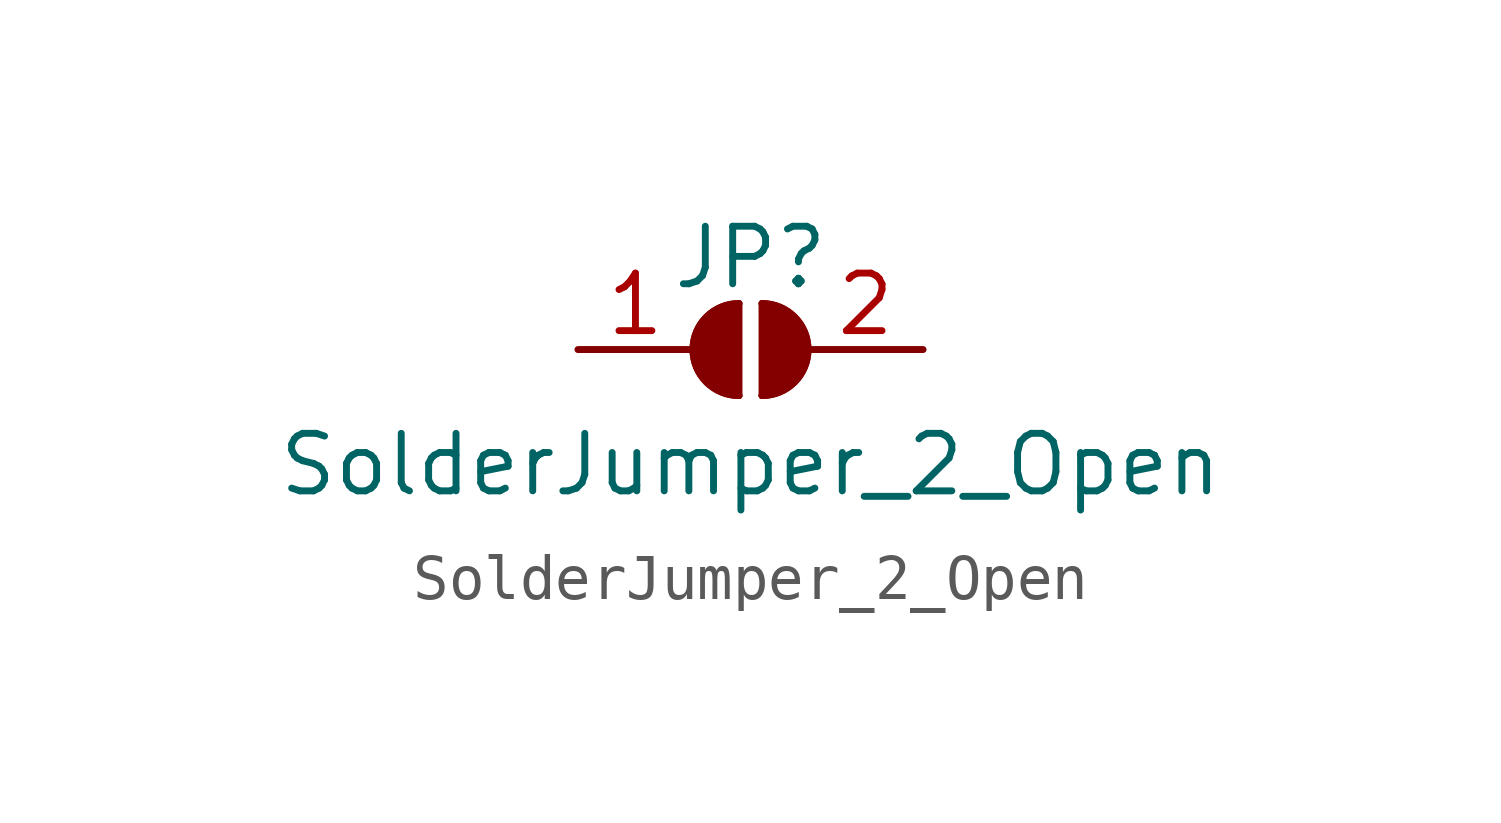
<source format=kicad_sym>
(kicad_symbol_lib
  (version 20231120)
  (generator "kicad_symbol_editor")
  (generator_version "8.0")
  (symbol "SolderJumper_2_Open"
    (pin_names
      (offset 0) hide)
    (property "Reference" "JP"
      (at 0 2.032 0)
      (effects (font (size 1.27 1.27))))
    (property "Value" "SolderJumper_2_Open"
      (at 0 -2.54 0)
      (effects (font (size 1.27 1.27))))
    (symbol "SolderJumper_2_Open_0_1"
      (arc (start -0.254 1.016) (mid -1.2655 0) (end -0.254 -1.016) (stroke (width 0) (type default)) (fill (type none)))
      (arc (start -0.254 1.016) (mid -1.2655 0) (end -0.254 -1.016) (stroke (width 0) (type default)) (fill (type outline)))
      (polyline (pts (xy -0.254 1.016) (xy -0.254 -1.016)) (stroke (width 0) (type default)) (fill (type none)))
      (polyline (pts (xy 0.254 1.016) (xy 0.254 -1.016)) (stroke (width 0) (type default)) (fill (type none)))
      (arc (start 0.254 -1.016) (mid 1.2655 0) (end 0.254 1.016) (stroke (width 0) (type default)) (fill (type none)))
      (arc (start 0.254 -1.016) (mid 1.2655 0) (end 0.254 1.016) (stroke (width 0) (type default)) (fill (type outline))))
    (symbol "SolderJumper_2_Open_1_1"
      (pin passive line (at -3.81 0 0) (length 2.54) (name "A" (effects (font (size 1.27 1.27)))) (number "1" (effects (font (size 1.27 1.27)))))
      (pin passive line (at 3.81 0 180) (length 2.54) (name "B" (effects (font (size 1.27 1.27)))) (number "2" (effects (font (size 1.27 1.27))))))))
</source>
